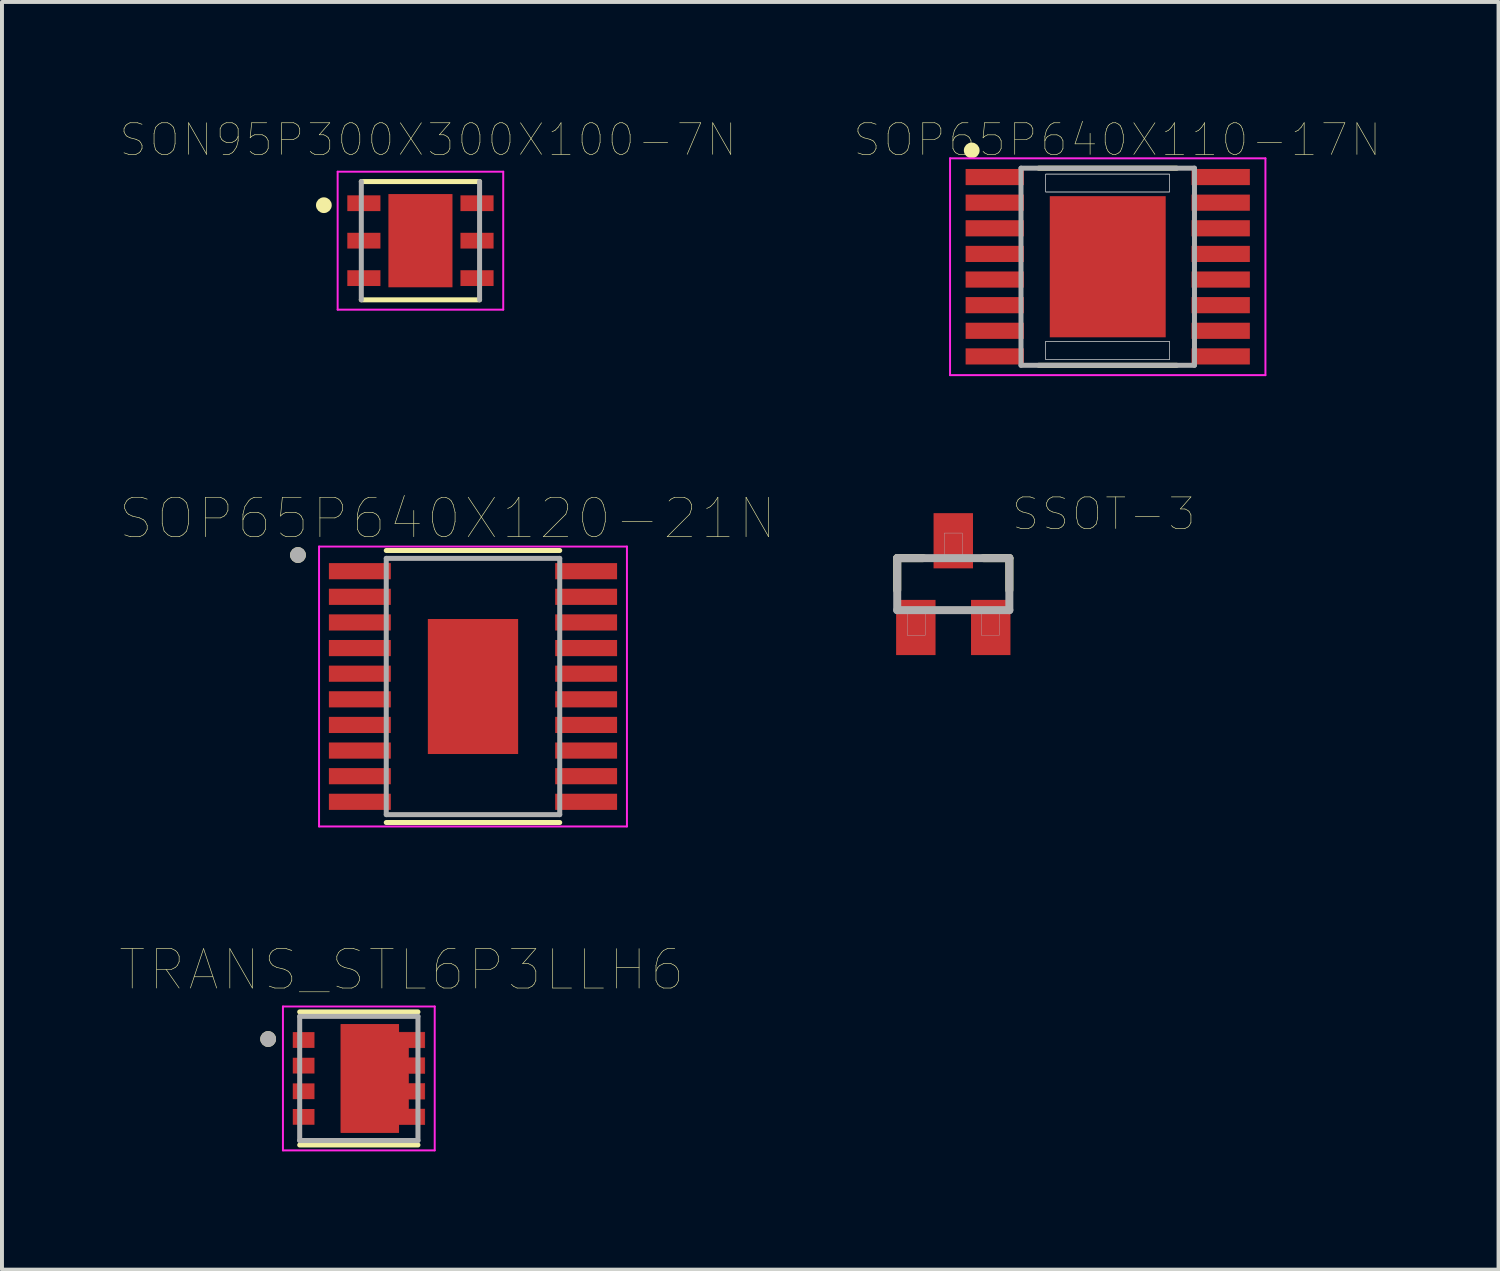
<source format=kicad_pcb>
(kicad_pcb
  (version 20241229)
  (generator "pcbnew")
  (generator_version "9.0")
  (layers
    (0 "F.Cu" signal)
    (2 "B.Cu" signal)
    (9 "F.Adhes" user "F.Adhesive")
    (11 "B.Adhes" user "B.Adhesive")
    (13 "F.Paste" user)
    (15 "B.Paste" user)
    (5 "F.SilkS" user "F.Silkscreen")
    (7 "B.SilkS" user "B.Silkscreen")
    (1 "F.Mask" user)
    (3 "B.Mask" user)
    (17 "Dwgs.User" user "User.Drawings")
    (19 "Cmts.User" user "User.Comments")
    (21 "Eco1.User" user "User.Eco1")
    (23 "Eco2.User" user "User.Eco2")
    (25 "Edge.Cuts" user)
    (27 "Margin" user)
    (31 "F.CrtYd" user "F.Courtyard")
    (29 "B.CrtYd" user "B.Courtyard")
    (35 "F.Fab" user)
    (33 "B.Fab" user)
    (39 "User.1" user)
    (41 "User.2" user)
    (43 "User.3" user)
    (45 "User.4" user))
  (footprint "TRANS_STL6P3LLH6"
    (layer "F.Cu")
    (at 6.052 24.306)
    (property "Reference" "TRANS_STL6P3LLH6" (at 1.085 -2.755 0) (layer "F.SilkS") (effects (font (size 1 1) (thickness 0.015))))
    (attr through_hole)
    (fp_poly (pts (xy -0.455 -1.375) (xy -0.455 1.375) (xy 1.015 1.375) (xy 1.015 1.175) (xy 1.675 1.175) (xy 1.675 0.775) (xy 1.265 0.775) (xy 1.265 0.525) (xy 1.675 0.525) (xy 1.675 0.125) (xy 1.265 0.125) (xy 1.265 -0.125) (xy 1.675 -0.125) (xy 1.675 -0.525) (xy 1.265 -0.525) (xy 1.265 -0.775) (xy 1.675 -0.775) (xy 1.675 -1.175) (xy 1.015 -1.175) (xy 1.015 -1.375)) (stroke (width 0.01) (type solid)) (fill yes) (layer "F.Cu"))
    (fp_poly (pts (xy -0.555 -1.475) (xy -0.555 1.475) (xy 1.115 1.475) (xy 1.115 1.225) (xy 1.725 1.225) (xy 1.725 0.725) (xy 1.315 0.725) (xy 1.315 0.575) (xy 1.725 0.575) (xy 1.725 0.075) (xy 1.315 0.075) (xy 1.315 -0.075) (xy 1.725 -0.075) (xy 1.725 -0.575) (xy 1.315 -0.575) (xy 1.315 -0.725) (xy 1.725 -0.725) (xy 1.725 -1.225) (xy 1.115 -1.225) (xy 1.115 -1.475)) (stroke (width 0.01) (type solid)) (fill yes) (layer "F.Mask"))
    (fp_line (start 1.5 -1.688) (end -1.5 -1.688) (stroke (width 0.127) (type solid)) (layer "F.SilkS"))
    (fp_line (start 1.5 1.688) (end -1.5 1.688) (stroke (width 0.127) (type solid)) (layer "F.SilkS"))
    (fp_circle (center -2.3 -1) (end -2.2 -1) (stroke (width 0.2) (type solid)) (fill no) (layer "F.SilkS"))
    (fp_poly (pts (xy -0.59 -0.465) (xy 1.15 -0.465) (xy 1.15 0.465) (xy -0.59 0.465)) (stroke (width 0.01) (type solid)) (fill yes) (layer "F.Paste"))
    (fp_poly (pts (xy 1.2 -1.25) (xy 1.6 -1.25) (xy 1.6 -0.7) (xy 1.2 -0.7)) (stroke (width 0.01) (type solid)) (fill yes) (layer "F.Paste"))
    (fp_poly (pts (xy 1.2 -0.6) (xy 1.6 -0.6) (xy 1.6 -0.05) (xy 1.2 -0.05)) (stroke (width 0.01) (type solid)) (fill yes) (layer "F.Paste"))
    (fp_poly (pts (xy 1.2 0.05) (xy 1.6 0.05) (xy 1.6 0.6) (xy 1.2 0.6)) (stroke (width 0.01) (type solid)) (fill yes) (layer "F.Paste"))
    (fp_poly (pts (xy 1.2 0.7) (xy 1.6 0.7) (xy 1.6 1.25) (xy 1.2 1.25)) (stroke (width 0.01) (type solid)) (fill yes) (layer "F.Paste"))
    (fp_line (start -1.925 -1.825) (end 1.925 -1.825) (stroke (width 0.05) (type solid)) (layer "F.CrtYd"))
    (fp_line (start -1.925 1.825) (end -1.925 -1.825) (stroke (width 0.05) (type solid)) (layer "F.CrtYd"))
    (fp_line (start 1.925 -1.825) (end 1.925 1.825) (stroke (width 0.05) (type solid)) (layer "F.CrtYd"))
    (fp_line (start 1.925 1.825) (end -1.925 1.825) (stroke (width 0.05) (type solid)) (layer "F.CrtYd"))
    (fp_line (start -1.5 -1.575) (end 1.5 -1.575) (stroke (width 0.127) (type solid)) (layer "F.Fab"))
    (fp_line (start -1.5 1.575) (end -1.5 -1.575) (stroke (width 0.127) (type solid)) (layer "F.Fab"))
    (fp_line (start 1.5 -1.575) (end 1.5 1.575) (stroke (width 0.127) (type solid)) (layer "F.Fab"))
    (fp_line (start 1.5 1.575) (end -1.5 1.575) (stroke (width 0.127) (type solid)) (layer "F.Fab"))
    (fp_circle (center -2.3 -1) (end -2.2 -1) (stroke (width 0.2) (type solid)) (fill no) (layer "F.Fab"))
    (pad "1" smd rect (at -1.4 -0.975) (size 0.55 0.4) (layers "F.Cu" "F.Mask" "F.Paste"))
    (pad "2" smd rect (at -1.4 -0.325) (size 0.55 0.4) (layers "F.Cu" "F.Mask" "F.Paste"))
    (pad "3" smd rect (at -1.4 0.325) (size 0.55 0.4) (layers "F.Cu" "F.Mask" "F.Paste"))
    (pad "4" smd rect (at -1.4 0.975) (size 0.55 0.4) (layers "F.Cu" "F.Mask" "F.Paste"))
    (pad "5_6_7_8" smd rect (at 0.28 0) (size 1.47 2.75) (layers "F.Cu" "F.Mask")))
  (footprint "SOP65P640X110-17N"
    (layer "F.Cu")
    (at 25.049 3.716)
    (property "Reference" "SOP65P640X110-17N" (at 0.241 -3.22 0) (layer "F.SilkS") (effects (font (size 0.803 0.803) (thickness 0.015))))
    (attr through_hole)
    (fp_line (start -1.75 -2.5) (end 1.75 -2.5) (stroke (width 0.127) (type solid)) (layer "F.SilkS"))
    (fp_line (start -1.75 2.5) (end 1.75 2.5) (stroke (width 0.127) (type solid)) (layer "F.SilkS"))
    (fp_circle (center -3.45 -2.95) (end -3.35 -2.95) (stroke (width 0.2) (type solid)) (fill no) (layer "F.SilkS"))
    (fp_poly (pts (xy -1.577 1.89) (xy 1.57 1.89) (xy 1.57 2.36) (xy -1.577 2.36)) (stroke (width 0.01) (type solid)) (fill no) (layer "Dwgs.User"))
    (fp_poly (pts (xy -1.576 1.89) (xy 1.57 1.89) (xy 1.57 2.359) (xy -1.576 2.359)) (stroke (width 0.01) (type solid)) (fill no) (layer "Dwgs.User"))
    (fp_poly (pts (xy -1.576 -2.35) (xy 1.57 -2.35) (xy 1.57 -1.897) (xy -1.576 -1.897)) (stroke (width 0.01) (type solid)) (fill no) (layer "Dwgs.User"))
    (fp_poly (pts (xy -1.575 -2.35) (xy 1.57 -2.35) (xy 1.57 -1.896) (xy -1.575 -1.896)) (stroke (width 0.01) (type solid)) (fill no) (layer "Dwgs.User"))
    (fp_poly (pts (xy -1.574 -2.35) (xy 1.57 -2.35) (xy 1.57 -1.894) (xy -1.574 -1.894)) (stroke (width 0.01) (type solid)) (fill no) (layer "Dwgs.User"))
    (fp_poly (pts (xy -1.571 1.89) (xy 1.57 1.89) (xy 1.57 2.352) (xy -1.571 2.352)) (stroke (width 0.01) (type solid)) (fill no) (layer "Dwgs.User"))
    (fp_line (start -4 -2.75) (end 4 -2.75) (stroke (width 0.05) (type solid)) (layer "F.CrtYd"))
    (fp_line (start -4 2.75) (end -4 -2.75) (stroke (width 0.05) (type solid)) (layer "F.CrtYd"))
    (fp_line (start 4 -2.75) (end 4 2.75) (stroke (width 0.05) (type solid)) (layer "F.CrtYd"))
    (fp_line (start 4 2.75) (end -4 2.75) (stroke (width 0.05) (type solid)) (layer "F.CrtYd"))
    (fp_line (start -2.2 -2.5) (end -2.2 2.5) (stroke (width 0.127) (type solid)) (layer "F.Fab"))
    (fp_line (start -2.2 2.5) (end 2.2 2.5) (stroke (width 0.127) (type solid)) (layer "F.Fab"))
    (fp_line (start 2.2 -2.5) (end -2.2 -2.5) (stroke (width 0.127) (type solid)) (layer "F.Fab"))
    (fp_line (start 2.2 2.5) (end 2.2 -2.5) (stroke (width 0.127) (type solid)) (layer "F.Fab"))
    (pad "1" smd rect (at -2.865 -2.275) (size 1.48 0.41) (layers "F.Cu" "F.Mask" "F.Paste"))
    (pad "2" smd rect (at -2.865 -1.625) (size 1.48 0.41) (layers "F.Cu" "F.Mask" "F.Paste"))
    (pad "3" smd rect (at -2.865 -0.975) (size 1.48 0.41) (layers "F.Cu" "F.Mask" "F.Paste"))
    (pad "4" smd rect (at -2.865 -0.325) (size 1.48 0.41) (layers "F.Cu" "F.Mask" "F.Paste"))
    (pad "5" smd rect (at -2.865 0.325) (size 1.48 0.41) (layers "F.Cu" "F.Mask" "F.Paste"))
    (pad "6" smd rect (at -2.865 0.975) (size 1.48 0.41) (layers "F.Cu" "F.Mask" "F.Paste"))
    (pad "7" smd rect (at -2.865 1.625) (size 1.48 0.41) (layers "F.Cu" "F.Mask" "F.Paste"))
    (pad "8" smd rect (at -2.865 2.275) (size 1.48 0.41) (layers "F.Cu" "F.Mask" "F.Paste"))
    (pad "9" smd rect (at 2.865 2.275) (size 1.48 0.41) (layers "F.Cu" "F.Mask" "F.Paste"))
    (pad "10" smd rect (at 2.865 1.625) (size 1.48 0.41) (layers "F.Cu" "F.Mask" "F.Paste"))
    (pad "11" smd rect (at 2.865 0.975) (size 1.48 0.41) (layers "F.Cu" "F.Mask" "F.Paste"))
    (pad "12" smd rect (at 2.865 0.325) (size 1.48 0.41) (layers "F.Cu" "F.Mask" "F.Paste"))
    (pad "13" smd rect (at 2.865 -0.325) (size 1.48 0.41) (layers "F.Cu" "F.Mask" "F.Paste"))
    (pad "14" smd rect (at 2.865 -0.975) (size 1.48 0.41) (layers "F.Cu" "F.Mask" "F.Paste"))
    (pad "15" smd rect (at 2.865 -1.625) (size 1.48 0.41) (layers "F.Cu" "F.Mask" "F.Paste"))
    (pad "16" smd rect (at 2.865 -2.275) (size 1.48 0.41) (layers "F.Cu" "F.Mask" "F.Paste"))
    (pad "17" smd rect (at 0 0) (size 2.94 3.58) (layers "F.Cu" "F.Mask" "F.Paste")))
  (footprint "SON95P300X300X100-7N"
    (layer "F.Cu")
    (at 7.615 3.055)
    (property "Reference" "SON95P300X300X100-7N" (at 0.195 -2.56 0) (layer "F.SilkS") (effects (font (size 0.8 0.8) (thickness 0.015))))
    (attr through_hole)
    (fp_line (start -1.5 -1.5) (end 1.5 -1.5) (stroke (width 0.127) (type solid)) (layer "F.SilkS"))
    (fp_line (start 1.5 1.5) (end -1.5 1.5) (stroke (width 0.127) (type solid)) (layer "F.SilkS"))
    (fp_circle (center -2.45 -0.9) (end -2.35 -0.9) (stroke (width 0.2) (type solid)) (fill no) (layer "F.SilkS"))
    (fp_poly (pts (xy -0.57 -0.83) (xy 0.57 -0.83) (xy 0.57 0.83) (xy -0.57 0.83)) (stroke (width 0.01) (type solid)) (fill yes) (layer "F.Paste"))
    (fp_line (start -2.1 -1.75) (end 2.1 -1.75) (stroke (width 0.05) (type solid)) (layer "F.CrtYd"))
    (fp_line (start -2.1 1.75) (end -2.1 -1.75) (stroke (width 0.05) (type solid)) (layer "F.CrtYd"))
    (fp_line (start 2.1 -1.75) (end 2.1 1.75) (stroke (width 0.05) (type solid)) (layer "F.CrtYd"))
    (fp_line (start 2.1 1.75) (end -2.1 1.75) (stroke (width 0.05) (type solid)) (layer "F.CrtYd"))
    (fp_line (start -1.5 1.5) (end -1.5 -1.5) (stroke (width 0.127) (type solid)) (layer "F.Fab"))
    (fp_line (start 1.5 -1.5) (end 1.5 1.5) (stroke (width 0.127) (type solid)) (layer "F.Fab"))
    (pad "1" smd rect (at -1.435 -0.95) (size 0.84 0.4) (layers "F.Cu" "F.Mask" "F.Paste"))
    (pad "2" smd rect (at -1.435 0) (size 0.84 0.4) (layers "F.Cu" "F.Mask" "F.Paste"))
    (pad "3" smd rect (at -1.435 0.95) (size 0.84 0.4) (layers "F.Cu" "F.Mask" "F.Paste"))
    (pad "4" smd rect (at 1.435 0.95) (size 0.84 0.4) (layers "F.Cu" "F.Mask" "F.Paste"))
    (pad "5" smd rect (at 1.435 0) (size 0.84 0.4) (layers "F.Cu" "F.Mask" "F.Paste"))
    (pad "6" smd rect (at 1.435 -0.95) (size 0.84 0.4) (layers "F.Cu" "F.Mask" "F.Paste"))
    (pad "7" smd rect (at 0 0) (size 1.625 2.365) (layers "F.Cu" "F.Mask")))
  (footprint "SOP65P640X120-21N"
    (layer "F.Cu")
    (at 8.948 14.364)
    (property "Reference" "SOP65P640X120-21N" (at -0.645 -4.262 0) (layer "F.SilkS") (effects (font (size 1 1) (thickness 0.015))))
    (attr through_hole)
    (fp_line (start -2.2 -3.45) (end 2.2 -3.45) (stroke (width 0.127) (type solid)) (layer "F.SilkS"))
    (fp_line (start -2.2 3.45) (end 2.2 3.45) (stroke (width 0.127) (type solid)) (layer "F.SilkS"))
    (fp_circle (center -4.44 -3.335) (end -4.34 -3.335) (stroke (width 0.2) (type solid)) (fill no) (layer "F.SilkS"))
    (fp_poly (pts (xy -0.573 -0.856) (xy 0.573 -0.856) (xy 0.573 0.856) (xy -0.573 0.856)) (stroke (width 0.01) (type solid)) (fill yes) (layer "F.Paste"))
    (fp_line (start -3.905 -3.55) (end -3.905 3.55) (stroke (width 0.05) (type solid)) (layer "F.CrtYd"))
    (fp_line (start -3.905 -3.55) (end 3.905 -3.55) (stroke (width 0.05) (type solid)) (layer "F.CrtYd"))
    (fp_line (start -3.905 3.55) (end 3.905 3.55) (stroke (width 0.05) (type solid)) (layer "F.CrtYd"))
    (fp_line (start 3.905 -3.55) (end 3.905 3.55) (stroke (width 0.05) (type solid)) (layer "F.CrtYd"))
    (fp_line (start -2.2 -3.25) (end -2.2 3.25) (stroke (width 0.127) (type solid)) (layer "F.Fab"))
    (fp_line (start -2.2 -3.25) (end 2.2 -3.25) (stroke (width 0.127) (type solid)) (layer "F.Fab"))
    (fp_line (start -2.2 3.25) (end 2.2 3.25) (stroke (width 0.127) (type solid)) (layer "F.Fab"))
    (fp_line (start 2.2 -3.25) (end 2.2 3.25) (stroke (width 0.127) (type solid)) (layer "F.Fab"))
    (fp_circle (center -4.44 -3.335) (end -4.34 -3.335) (stroke (width 0.2) (type solid)) (fill no) (layer "F.Fab"))
    (pad "1" smd rect (at -2.87 -2.925) (size 1.57 0.41) (layers "F.Cu" "F.Mask" "F.Paste"))
    (pad "2" smd rect (at -2.87 -2.275) (size 1.57 0.41) (layers "F.Cu" "F.Mask" "F.Paste"))
    (pad "3" smd rect (at -2.87 -1.625) (size 1.57 0.41) (layers "F.Cu" "F.Mask" "F.Paste"))
    (pad "4" smd rect (at -2.87 -0.975) (size 1.57 0.41) (layers "F.Cu" "F.Mask" "F.Paste"))
    (pad "5" smd rect (at -2.87 -0.325) (size 1.57 0.41) (layers "F.Cu" "F.Mask" "F.Paste"))
    (pad "6" smd rect (at -2.87 0.325) (size 1.57 0.41) (layers "F.Cu" "F.Mask" "F.Paste"))
    (pad "7" smd rect (at -2.87 0.975) (size 1.57 0.41) (layers "F.Cu" "F.Mask" "F.Paste"))
    (pad "8" smd rect (at -2.87 1.625) (size 1.57 0.41) (layers "F.Cu" "F.Mask" "F.Paste"))
    (pad "9" smd rect (at -2.87 2.275) (size 1.57 0.41) (layers "F.Cu" "F.Mask" "F.Paste"))
    (pad "10" smd rect (at -2.87 2.925) (size 1.57 0.41) (layers "F.Cu" "F.Mask" "F.Paste"))
    (pad "11" smd rect (at 2.87 2.925) (size 1.57 0.41) (layers "F.Cu" "F.Mask" "F.Paste"))
    (pad "12" smd rect (at 2.87 2.275) (size 1.57 0.41) (layers "F.Cu" "F.Mask" "F.Paste"))
    (pad "13" smd rect (at 2.87 1.625) (size 1.57 0.41) (layers "F.Cu" "F.Mask" "F.Paste"))
    (pad "14" smd rect (at 2.87 0.975) (size 1.57 0.41) (layers "F.Cu" "F.Mask" "F.Paste"))
    (pad "15" smd rect (at 2.87 0.325) (size 1.57 0.41) (layers "F.Cu" "F.Mask" "F.Paste"))
    (pad "16" smd rect (at 2.87 -0.325) (size 1.57 0.41) (layers "F.Cu" "F.Mask" "F.Paste"))
    (pad "17" smd rect (at 2.87 -0.975) (size 1.57 0.41) (layers "F.Cu" "F.Mask" "F.Paste"))
    (pad "18" smd rect (at 2.87 -1.625) (size 1.57 0.41) (layers "F.Cu" "F.Mask" "F.Paste"))
    (pad "19" smd rect (at 2.87 -2.275) (size 1.57 0.41) (layers "F.Cu" "F.Mask" "F.Paste"))
    (pad "20" smd rect (at 2.87 -2.925) (size 1.57 0.41) (layers "F.Cu" "F.Mask" "F.Paste"))
    (pad "21" smd rect (at 0 0) (size 2.29 3.425) (layers "F.Cu" "F.Mask")))
  (footprint "SSOT-3"
    (layer "F.Cu")
    (at 21.131 11.767)
    (property "Reference" "SSOT-3" (at 3.816 -1.781 0) (layer "F.SilkS") (effects (font (size 0.801 0.801) (thickness 0.015))))
    (attr through_hole)
    (fp_line (start -1.422 -0.66) (end -0.764 -0.66) (stroke (width 0.203) (type solid)) (layer "F.SilkS"))
    (fp_line (start -1.422 0.152) (end -1.422 -0.66) (stroke (width 0.203) (type solid)) (layer "F.SilkS"))
    (fp_line (start 0.764 -0.66) (end 1.422 -0.66) (stroke (width 0.203) (type solid)) (layer "F.SilkS"))
    (fp_line (start 1.422 -0.66) (end 1.422 0.152) (stroke (width 0.203) (type solid)) (layer "F.SilkS"))
    (fp_line (start -1.422 -0.66) (end 1.422 -0.66) (stroke (width 0.203) (type solid)) (layer "F.Fab"))
    (fp_line (start -1.422 0.66) (end -1.422 -0.66) (stroke (width 0.203) (type solid)) (layer "F.Fab"))
    (fp_line (start 1.422 -0.66) (end 1.422 0.66) (stroke (width 0.203) (type solid)) (layer "F.Fab"))
    (fp_line (start 1.422 0.66) (end -1.422 0.66) (stroke (width 0.203) (type solid)) (layer "F.Fab"))
    (fp_poly (pts (xy -1.169 0.711) (xy -0.711 0.711) (xy -0.711 1.297) (xy -1.169 1.297)) (stroke (width 0.01) (type solid)) (fill no) (layer "F.Fab"))
    (fp_poly (pts (xy -0.229 -1.295) (xy 0.229 -1.295) (xy 0.229 -0.712) (xy -0.229 -0.712)) (stroke (width 0.01) (type solid)) (fill no) (layer "F.Fab"))
    (fp_poly (pts (xy 0.712 0.711) (xy 1.168 0.711) (xy 1.168 1.298) (xy 0.712 1.298)) (stroke (width 0.01) (type solid)) (fill no) (layer "F.Fab"))
    (pad "1" smd rect (at -0.95 1.1) (size 1 1.4) (layers "F.Cu" "F.Mask" "F.Paste"))
    (pad "2" smd rect (at 0.95 1.1) (size 1 1.4) (layers "F.Cu" "F.Mask" "F.Paste"))
    (pad "3" smd rect (at 0 -1.1) (size 1 1.4) (layers "F.Cu" "F.Mask" "F.Paste")))
  (gr_rect
    (start -3 -3)
    (end 34.962 29.156)
    (stroke (width 0.1) (type default))
    (fill no)
    (layer "Edge.Cuts")))
</source>
